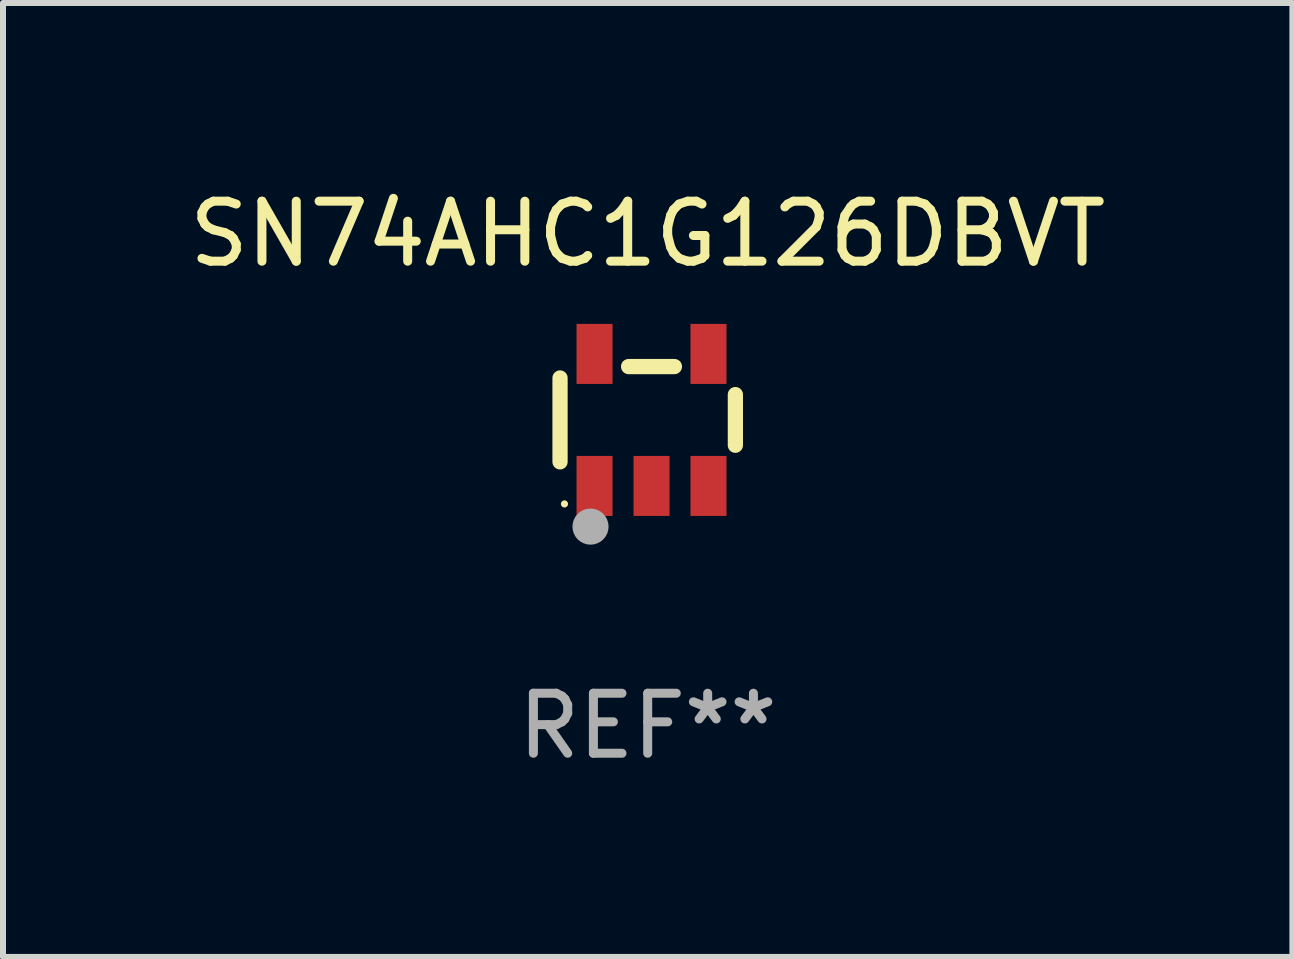
<source format=kicad_pcb>
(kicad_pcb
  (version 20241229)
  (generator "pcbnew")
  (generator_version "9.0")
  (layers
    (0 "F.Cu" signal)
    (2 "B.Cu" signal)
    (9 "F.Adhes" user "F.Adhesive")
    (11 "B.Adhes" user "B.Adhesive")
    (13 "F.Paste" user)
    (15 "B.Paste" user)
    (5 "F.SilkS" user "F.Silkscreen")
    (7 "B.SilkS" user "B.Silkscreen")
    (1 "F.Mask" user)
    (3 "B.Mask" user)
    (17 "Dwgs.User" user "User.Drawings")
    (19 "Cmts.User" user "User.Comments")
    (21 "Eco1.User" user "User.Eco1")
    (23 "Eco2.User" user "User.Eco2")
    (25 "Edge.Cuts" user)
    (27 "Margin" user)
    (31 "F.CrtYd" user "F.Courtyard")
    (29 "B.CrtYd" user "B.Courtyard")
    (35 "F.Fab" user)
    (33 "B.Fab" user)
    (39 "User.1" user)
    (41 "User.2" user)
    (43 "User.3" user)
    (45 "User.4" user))
  (footprint "SN74AHC1G126DBVT"
    (layer "F.Cu")
    (at 7.744 3.948)
    (property "Reference" "SN74AHC1G126DBVT" (at 0 -3.1 0) (layer "F.SilkS") (effects (font (size 1 1) (thickness 0.15))))
    (attr through_hole)
    (fp_line (start -1.461 -0.699) (end -1.461 0.699) (stroke (width 0.254) (type solid)) (layer "F.SilkS"))
    (fp_line (start -0.318 -0.889) (end 0.445 -0.889) (stroke (width 0.254) (type solid)) (layer "F.SilkS"))
    (fp_line (start 1.461 -0.422) (end 1.461 0.422) (stroke (width 0.254) (type solid)) (layer "F.SilkS"))
    (fp_circle (center -1.387 1.4) (end -1.357 1.4) (stroke (width 0.06) (type solid)) (fill no) (layer "F.SilkS"))
    (fp_circle (center -0.953 1.778) (end -0.802 1.778) (stroke (width 0.3) (type solid)) (fill no) (layer "F.Fab"))
    (fp_text user "REF**" (at 0 5.1 0) (layer "F.Fab") (effects (font (size 1 1) (thickness 0.15))))
    (pad "1" smd rect (at -0.886 1.1) (size 0.6 1) (layers "F.Cu" "F.Mask" "F.Paste"))
    (pad "2" smd rect (at 0.064 1.1) (size 0.6 1) (layers "F.Cu" "F.Mask" "F.Paste"))
    (pad "3" smd rect (at 1.013 1.1) (size 0.6 1) (layers "F.Cu" "F.Mask" "F.Paste"))
    (pad "4" smd rect (at 1.013 -1.1) (size 0.6 1) (layers "F.Cu" "F.Mask" "F.Paste"))
    (pad "5" smd rect (at -0.886 -1.1) (size 0.6 1) (layers "F.Cu" "F.Mask" "F.Paste")))
  (gr_rect
    (start -3 -3)
    (end 18.488 12.897)
    (stroke (width 0.1) (type default))
    (fill no)
    (layer "Edge.Cuts")))
</source>
